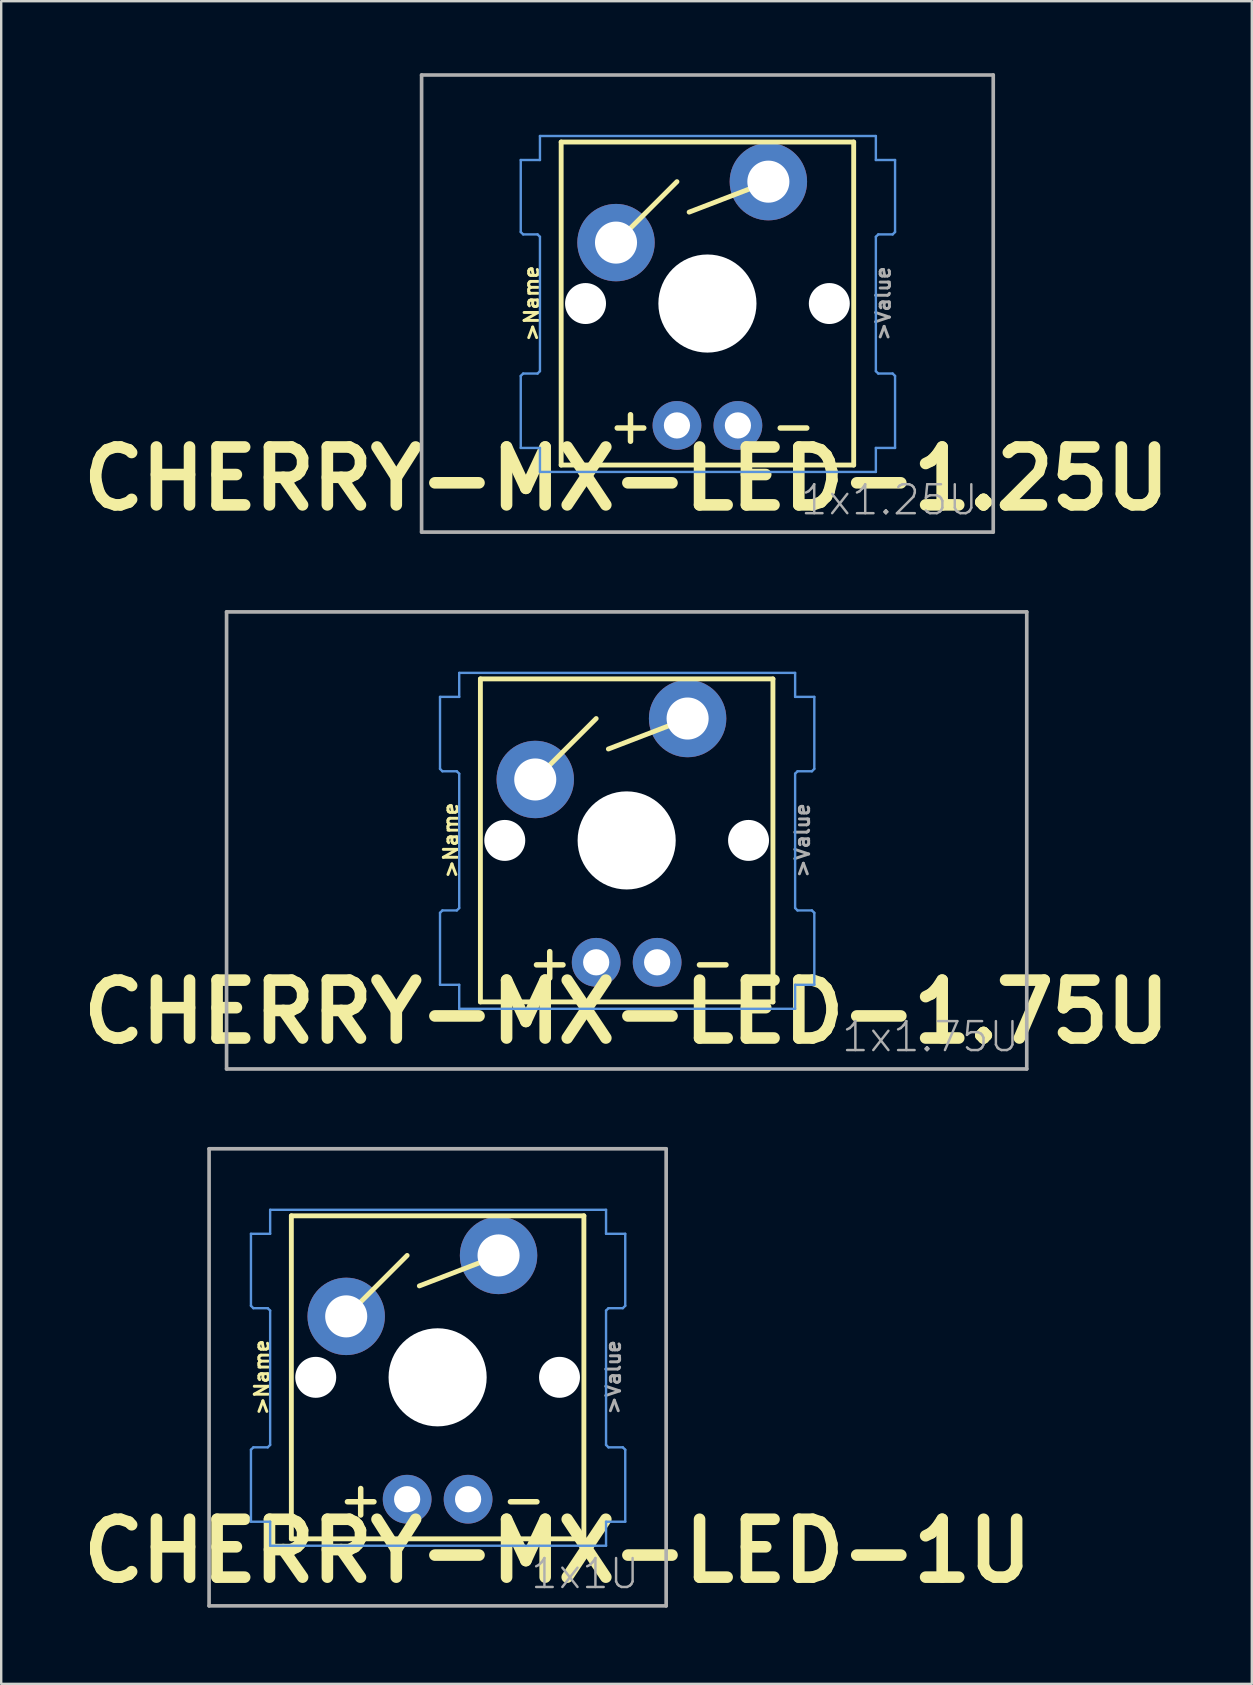
<source format=kicad_pcb>
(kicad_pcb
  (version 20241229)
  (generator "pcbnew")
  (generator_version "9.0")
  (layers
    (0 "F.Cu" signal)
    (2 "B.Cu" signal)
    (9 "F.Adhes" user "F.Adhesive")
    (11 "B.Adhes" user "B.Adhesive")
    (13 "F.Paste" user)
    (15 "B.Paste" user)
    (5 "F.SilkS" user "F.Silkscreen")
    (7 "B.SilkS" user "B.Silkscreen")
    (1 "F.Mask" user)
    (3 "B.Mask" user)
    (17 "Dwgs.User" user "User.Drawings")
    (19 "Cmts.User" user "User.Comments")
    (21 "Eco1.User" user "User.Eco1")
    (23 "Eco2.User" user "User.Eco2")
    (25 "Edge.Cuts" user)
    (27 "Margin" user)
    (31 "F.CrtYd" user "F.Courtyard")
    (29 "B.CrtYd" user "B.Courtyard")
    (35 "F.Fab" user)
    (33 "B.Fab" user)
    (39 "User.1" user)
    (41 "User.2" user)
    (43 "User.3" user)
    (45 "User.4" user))
  (footprint "CHERRY-MX-LED-1U"
    (layer "F.Cu")
    (at 5.664 63.879)
    (property "Reference" "CHERRY-MX-LED-1U" (at 14.525 -2.288 0) (layer "F.SilkS") (effects (font (size 2.413 2.413) (thickness 0.483))))
    (attr through_hole)
    (fp_line (start 3.429 -16.256) (end 15.621 -16.256) (stroke (width 0.203) (type solid)) (layer "F.SilkS"))
    (fp_line (start 3.429 -2.794) (end 3.429 -16.256) (stroke (width 0.203) (type solid)) (layer "F.SilkS"))
    (fp_line (start 5.715 -12.065) (end 8.255 -14.605) (stroke (width 0.203) (type solid)) (layer "F.SilkS"))
    (fp_line (start 12.065 -14.605) (end 8.763 -13.335) (stroke (width 0.203) (type solid)) (layer "F.SilkS"))
    (fp_line (start 15.621 -16.256) (end 15.621 -2.794) (stroke (width 0.203) (type solid)) (layer "F.SilkS"))
    (fp_line (start 15.621 -2.794) (end 3.429 -2.794) (stroke (width 0.203) (type solid)) (layer "F.SilkS"))
    (fp_line (start 1.745 -15.507) (end 1.745 -12.507) (stroke (width 0.1) (type solid)) (layer "Cmts.User"))
    (fp_line (start 1.745 -12.507) (end 1.845 -12.407) (stroke (width 0.1) (type solid)) (layer "Cmts.User"))
    (fp_line (start 1.745 -6.507) (end 1.745 -3.507) (stroke (width 0.1) (type solid)) (layer "Cmts.User"))
    (fp_line (start 1.745 -3.507) (end 2.545 -3.507) (stroke (width 0.1) (type solid)) (layer "Cmts.User"))
    (fp_line (start 1.845 -12.407) (end 2.445 -12.407) (stroke (width 0.1) (type solid)) (layer "Cmts.User"))
    (fp_line (start 1.845 -6.607) (end 1.745 -6.507) (stroke (width 0.1) (type solid)) (layer "Cmts.User"))
    (fp_line (start 2.445 -12.407) (end 2.545 -12.307) (stroke (width 0.1) (type solid)) (layer "Cmts.User"))
    (fp_line (start 2.445 -6.607) (end 1.845 -6.607) (stroke (width 0.1) (type solid)) (layer "Cmts.User"))
    (fp_line (start 2.545 -16.507) (end 2.545 -15.507) (stroke (width 0.1) (type solid)) (layer "Cmts.User"))
    (fp_line (start 2.545 -15.507) (end 1.745 -15.507) (stroke (width 0.1) (type solid)) (layer "Cmts.User"))
    (fp_line (start 2.545 -12.307) (end 2.545 -6.707) (stroke (width 0.1) (type solid)) (layer "Cmts.User"))
    (fp_line (start 2.545 -6.707) (end 2.445 -6.607) (stroke (width 0.1) (type solid)) (layer "Cmts.User"))
    (fp_line (start 2.545 -3.507) (end 2.545 -2.507) (stroke (width 0.1) (type solid)) (layer "Cmts.User"))
    (fp_line (start 2.545 -2.507) (end 16.545 -2.507) (stroke (width 0.1) (type solid)) (layer "Cmts.User"))
    (fp_line (start 16.545 -16.507) (end 2.545 -16.507) (stroke (width 0.1) (type solid)) (layer "Cmts.User"))
    (fp_line (start 16.545 -15.507) (end 16.545 -16.507) (stroke (width 0.1) (type solid)) (layer "Cmts.User"))
    (fp_line (start 16.545 -12.307) (end 16.645 -12.407) (stroke (width 0.1) (type solid)) (layer "Cmts.User"))
    (fp_line (start 16.545 -6.707) (end 16.545 -12.307) (stroke (width 0.1) (type solid)) (layer "Cmts.User"))
    (fp_line (start 16.545 -3.507) (end 17.345 -3.507) (stroke (width 0.1) (type solid)) (layer "Cmts.User"))
    (fp_line (start 16.545 -2.507) (end 16.545 -3.507) (stroke (width 0.1) (type solid)) (layer "Cmts.User"))
    (fp_line (start 16.645 -12.407) (end 17.245 -12.407) (stroke (width 0.1) (type solid)) (layer "Cmts.User"))
    (fp_line (start 16.645 -6.607) (end 16.545 -6.707) (stroke (width 0.1) (type solid)) (layer "Cmts.User"))
    (fp_line (start 17.245 -12.407) (end 17.345 -12.507) (stroke (width 0.1) (type solid)) (layer "Cmts.User"))
    (fp_line (start 17.245 -6.607) (end 16.645 -6.607) (stroke (width 0.1) (type solid)) (layer "Cmts.User"))
    (fp_line (start 17.345 -15.507) (end 16.545 -15.507) (stroke (width 0.1) (type solid)) (layer "Cmts.User"))
    (fp_line (start 17.345 -12.507) (end 17.345 -15.507) (stroke (width 0.1) (type solid)) (layer "Cmts.User"))
    (fp_line (start 17.345 -6.507) (end 17.245 -6.607) (stroke (width 0.1) (type solid)) (layer "Cmts.User"))
    (fp_line (start 17.345 -3.507) (end 17.345 -6.507) (stroke (width 0.1) (type solid)) (layer "Cmts.User"))
    (fp_line (start 0 -19.05) (end 19.05 -19.05) (stroke (width 0.152) (type solid)) (layer "F.Fab"))
    (fp_line (start 0 0) (end 0 -19.05) (stroke (width 0.152) (type solid)) (layer "F.Fab"))
    (fp_line (start 19.05 -19.05) (end 19.05 0) (stroke (width 0.152) (type solid)) (layer "F.Fab"))
    (fp_line (start 19.05 0) (end 0 0) (stroke (width 0.152) (type solid)) (layer "F.Fab"))
    (fp_text user ">Name" (at 2.54 -9.525 90) (layer "F.SilkS") (effects (font (size 0.579 0.579) (thickness 0.122)) (justify bottom)))
    (fp_text user "-" (at 12.065 -4.445 0) (layer "F.SilkS") (effects (font (size 1.448 1.448) (thickness 0.229)) (justify left)))
    (fp_text user "+" (at 7.366 -4.445 0) (layer "F.SilkS") (effects (font (size 1.448 1.448) (thickness 0.229)) (justify right)))
    (fp_text user "1x1U" (at 13.335 -0.635 0) (layer "F.Fab") (effects (font (size 1.206 1.206) (thickness 0.102)) (justify left bottom)))
    (fp_text user ">Value" (at 16.51 -9.525 90) (layer "F.Fab") (effects (font (size 0.579 0.579) (thickness 0.122)) (justify top)))
    (pad "" np_thru_hole circle (at 4.445 -9.525) (size 1.707 1.707) (drill 1.707) (layers "*.Cu" "*.Mask"))
    (pad "" np_thru_hole circle (at 9.525 -9.525) (size 4.089 4.089) (drill 4.089) (layers "*.Cu" "*.Mask"))
    (pad "" np_thru_hole circle (at 14.605 -9.525) (size 1.707 1.707) (drill 1.707) (layers "*.Cu" "*.Mask"))
    (pad "A" thru_hole circle (at 8.255 -4.445) (size 2.032 2.032) (drill 1.092) (layers "*.Cu" "*.Mask"))
    (pad "K" thru_hole circle (at 10.795 -4.445) (size 2.032 2.032) (drill 1.092) (layers "*.Cu" "*.Mask"))
    (pad "S1" thru_hole circle (at 5.715 -12.065) (size 3.226 3.226) (drill 1.753) (layers "*.Cu" "*.Mask"))
    (pad "S2" thru_hole circle (at 12.065 -14.605) (size 3.226 3.226) (drill 1.753) (layers "*.Cu" "*.Mask")))
  (footprint "CHERRY-MX-LED-1.75U"
    (layer "F.Cu")
    (at 6.393 41.502)
    (property "Reference" "CHERRY-MX-LED-1.75U" (at 16.669 -2.381 0) (layer "F.SilkS") (effects (font (size 2.413 2.413) (thickness 0.483))))
    (attr through_hole)
    (fp_line (start 10.579 -16.256) (end 22.771 -16.256) (stroke (width 0.203) (type solid)) (layer "F.SilkS"))
    (fp_line (start 10.579 -2.794) (end 10.579 -16.256) (stroke (width 0.203) (type solid)) (layer "F.SilkS"))
    (fp_line (start 12.865 -12.065) (end 15.405 -14.605) (stroke (width 0.203) (type solid)) (layer "F.SilkS"))
    (fp_line (start 19.215 -14.605) (end 15.913 -13.335) (stroke (width 0.203) (type solid)) (layer "F.SilkS"))
    (fp_line (start 22.771 -16.256) (end 22.771 -2.794) (stroke (width 0.203) (type solid)) (layer "F.SilkS"))
    (fp_line (start 22.771 -2.794) (end 10.579 -2.794) (stroke (width 0.203) (type solid)) (layer "F.SilkS"))
    (fp_line (start 8.896 -15.507) (end 8.896 -12.507) (stroke (width 0.1) (type solid)) (layer "Cmts.User"))
    (fp_line (start 8.896 -12.507) (end 8.996 -12.407) (stroke (width 0.1) (type solid)) (layer "Cmts.User"))
    (fp_line (start 8.896 -6.507) (end 8.896 -3.507) (stroke (width 0.1) (type solid)) (layer "Cmts.User"))
    (fp_line (start 8.896 -3.507) (end 9.696 -3.507) (stroke (width 0.1) (type solid)) (layer "Cmts.User"))
    (fp_line (start 8.996 -12.407) (end 9.596 -12.407) (stroke (width 0.1) (type solid)) (layer "Cmts.User"))
    (fp_line (start 8.996 -6.607) (end 8.896 -6.507) (stroke (width 0.1) (type solid)) (layer "Cmts.User"))
    (fp_line (start 9.596 -12.407) (end 9.696 -12.307) (stroke (width 0.1) (type solid)) (layer "Cmts.User"))
    (fp_line (start 9.596 -6.607) (end 8.996 -6.607) (stroke (width 0.1) (type solid)) (layer "Cmts.User"))
    (fp_line (start 9.696 -16.507) (end 9.696 -15.507) (stroke (width 0.1) (type solid)) (layer "Cmts.User"))
    (fp_line (start 9.696 -15.507) (end 8.896 -15.507) (stroke (width 0.1) (type solid)) (layer "Cmts.User"))
    (fp_line (start 9.696 -12.307) (end 9.696 -6.707) (stroke (width 0.1) (type solid)) (layer "Cmts.User"))
    (fp_line (start 9.696 -6.707) (end 9.596 -6.607) (stroke (width 0.1) (type solid)) (layer "Cmts.User"))
    (fp_line (start 9.696 -3.507) (end 9.696 -2.507) (stroke (width 0.1) (type solid)) (layer "Cmts.User"))
    (fp_line (start 9.696 -2.507) (end 23.696 -2.507) (stroke (width 0.1) (type solid)) (layer "Cmts.User"))
    (fp_line (start 23.696 -16.507) (end 9.696 -16.507) (stroke (width 0.1) (type solid)) (layer "Cmts.User"))
    (fp_line (start 23.696 -15.507) (end 23.696 -16.507) (stroke (width 0.1) (type solid)) (layer "Cmts.User"))
    (fp_line (start 23.696 -12.307) (end 23.796 -12.407) (stroke (width 0.1) (type solid)) (layer "Cmts.User"))
    (fp_line (start 23.696 -6.707) (end 23.696 -12.307) (stroke (width 0.1) (type solid)) (layer "Cmts.User"))
    (fp_line (start 23.696 -3.507) (end 24.496 -3.507) (stroke (width 0.1) (type solid)) (layer "Cmts.User"))
    (fp_line (start 23.696 -2.507) (end 23.696 -3.507) (stroke (width 0.1) (type solid)) (layer "Cmts.User"))
    (fp_line (start 23.796 -12.407) (end 24.396 -12.407) (stroke (width 0.1) (type solid)) (layer "Cmts.User"))
    (fp_line (start 23.796 -6.607) (end 23.696 -6.707) (stroke (width 0.1) (type solid)) (layer "Cmts.User"))
    (fp_line (start 24.396 -12.407) (end 24.496 -12.507) (stroke (width 0.1) (type solid)) (layer "Cmts.User"))
    (fp_line (start 24.396 -6.607) (end 23.796 -6.607) (stroke (width 0.1) (type solid)) (layer "Cmts.User"))
    (fp_line (start 24.496 -15.507) (end 23.696 -15.507) (stroke (width 0.1) (type solid)) (layer "Cmts.User"))
    (fp_line (start 24.496 -12.507) (end 24.496 -15.507) (stroke (width 0.1) (type solid)) (layer "Cmts.User"))
    (fp_line (start 24.496 -6.507) (end 24.396 -6.607) (stroke (width 0.1) (type solid)) (layer "Cmts.User"))
    (fp_line (start 24.496 -3.507) (end 24.496 -6.507) (stroke (width 0.1) (type solid)) (layer "Cmts.User"))
    (fp_line (start 0 -19.05) (end 33.35 -19.05) (stroke (width 0.152) (type solid)) (layer "F.Fab"))
    (fp_line (start 0 0) (end 0 -19.05) (stroke (width 0.152) (type solid)) (layer "F.Fab"))
    (fp_line (start 33.35 -19.05) (end 33.35 0) (stroke (width 0.152) (type solid)) (layer "F.Fab"))
    (fp_line (start 33.35 0) (end 0 0) (stroke (width 0.152) (type solid)) (layer "F.Fab"))
    (fp_text user "-" (at 19.215 -4.445 0) (layer "F.SilkS") (effects (font (size 1.448 1.448) (thickness 0.229)) (justify left)))
    (fp_text user "+" (at 14.516 -4.445 0) (layer "F.SilkS") (effects (font (size 1.448 1.448) (thickness 0.229)) (justify right)))
    (fp_text user ">Name" (at 9.69 -9.525 90) (layer "F.SilkS") (effects (font (size 0.579 0.579) (thickness 0.122)) (justify bottom)))
    (fp_text user ">Value" (at 23.66 -9.525 90) (layer "F.Fab") (effects (font (size 0.579 0.579) (thickness 0.122)) (justify top)))
    (fp_text user "1x1.75U" (at 25.565 -0.635 0) (layer "F.Fab") (effects (font (size 1.206 1.206) (thickness 0.102)) (justify left bottom)))
    (pad "" np_thru_hole circle (at 11.595 -9.525) (size 1.707 1.707) (drill 1.707) (layers "*.Cu" "*.Mask"))
    (pad "" np_thru_hole circle (at 16.675 -9.525) (size 4.089 4.089) (drill 4.089) (layers "*.Cu" "*.Mask"))
    (pad "" np_thru_hole circle (at 21.755 -9.525) (size 1.707 1.707) (drill 1.707) (layers "*.Cu" "*.Mask"))
    (pad "A" thru_hole circle (at 15.405 -4.445) (size 2.032 2.032) (drill 1.092) (layers "*.Cu" "*.Mask"))
    (pad "K" thru_hole circle (at 17.945 -4.445) (size 2.032 2.032) (drill 1.092) (layers "*.Cu" "*.Mask"))
    (pad "S1" thru_hole circle (at 12.865 -12.065) (size 3.226 3.226) (drill 1.753) (layers "*.Cu" "*.Mask"))
    (pad "S2" thru_hole circle (at 19.215 -14.605) (size 3.226 3.226) (drill 1.753) (layers "*.Cu" "*.Mask")))
  (footprint "CHERRY-MX-LED-1.25U"
    (layer "F.Cu")
    (at 14.521 19.126)
    (property "Reference" "CHERRY-MX-LED-1.25U" (at 8.54 -2.225 0) (layer "F.SilkS") (effects (font (size 2.413 2.413) (thickness 0.483))))
    (attr through_hole)
    (fp_line (start 5.817 -16.256) (end 18.009 -16.256) (stroke (width 0.203) (type solid)) (layer "F.SilkS"))
    (fp_line (start 5.817 -2.794) (end 5.817 -16.256) (stroke (width 0.203) (type solid)) (layer "F.SilkS"))
    (fp_line (start 8.103 -12.065) (end 10.643 -14.605) (stroke (width 0.203) (type solid)) (layer "F.SilkS"))
    (fp_line (start 14.453 -14.605) (end 11.151 -13.335) (stroke (width 0.203) (type solid)) (layer "F.SilkS"))
    (fp_line (start 18.009 -16.256) (end 18.009 -2.794) (stroke (width 0.203) (type solid)) (layer "F.SilkS"))
    (fp_line (start 18.009 -2.794) (end 5.817 -2.794) (stroke (width 0.203) (type solid)) (layer "F.SilkS"))
    (fp_line (start 4.133 -15.507) (end 4.133 -12.507) (stroke (width 0.1) (type solid)) (layer "Cmts.User"))
    (fp_line (start 4.133 -12.507) (end 4.233 -12.407) (stroke (width 0.1) (type solid)) (layer "Cmts.User"))
    (fp_line (start 4.133 -6.507) (end 4.133 -3.507) (stroke (width 0.1) (type solid)) (layer "Cmts.User"))
    (fp_line (start 4.133 -3.507) (end 4.933 -3.507) (stroke (width 0.1) (type solid)) (layer "Cmts.User"))
    (fp_line (start 4.233 -12.407) (end 4.833 -12.407) (stroke (width 0.1) (type solid)) (layer "Cmts.User"))
    (fp_line (start 4.233 -6.607) (end 4.133 -6.507) (stroke (width 0.1) (type solid)) (layer "Cmts.User"))
    (fp_line (start 4.833 -12.407) (end 4.933 -12.307) (stroke (width 0.1) (type solid)) (layer "Cmts.User"))
    (fp_line (start 4.833 -6.607) (end 4.233 -6.607) (stroke (width 0.1) (type solid)) (layer "Cmts.User"))
    (fp_line (start 4.933 -16.507) (end 4.933 -15.507) (stroke (width 0.1) (type solid)) (layer "Cmts.User"))
    (fp_line (start 4.933 -15.507) (end 4.133 -15.507) (stroke (width 0.1) (type solid)) (layer "Cmts.User"))
    (fp_line (start 4.933 -12.307) (end 4.933 -6.707) (stroke (width 0.1) (type solid)) (layer "Cmts.User"))
    (fp_line (start 4.933 -6.707) (end 4.833 -6.607) (stroke (width 0.1) (type solid)) (layer "Cmts.User"))
    (fp_line (start 4.933 -3.507) (end 4.933 -2.507) (stroke (width 0.1) (type solid)) (layer "Cmts.User"))
    (fp_line (start 4.933 -2.507) (end 18.933 -2.507) (stroke (width 0.1) (type solid)) (layer "Cmts.User"))
    (fp_line (start 18.933 -16.507) (end 4.933 -16.507) (stroke (width 0.1) (type solid)) (layer "Cmts.User"))
    (fp_line (start 18.933 -15.507) (end 18.933 -16.507) (stroke (width 0.1) (type solid)) (layer "Cmts.User"))
    (fp_line (start 18.933 -12.307) (end 19.033 -12.407) (stroke (width 0.1) (type solid)) (layer "Cmts.User"))
    (fp_line (start 18.933 -6.707) (end 18.933 -12.307) (stroke (width 0.1) (type solid)) (layer "Cmts.User"))
    (fp_line (start 18.933 -3.507) (end 19.733 -3.507) (stroke (width 0.1) (type solid)) (layer "Cmts.User"))
    (fp_line (start 18.933 -2.507) (end 18.933 -3.507) (stroke (width 0.1) (type solid)) (layer "Cmts.User"))
    (fp_line (start 19.033 -12.407) (end 19.633 -12.407) (stroke (width 0.1) (type solid)) (layer "Cmts.User"))
    (fp_line (start 19.033 -6.607) (end 18.933 -6.707) (stroke (width 0.1) (type solid)) (layer "Cmts.User"))
    (fp_line (start 19.633 -12.407) (end 19.733 -12.507) (stroke (width 0.1) (type solid)) (layer "Cmts.User"))
    (fp_line (start 19.633 -6.607) (end 19.033 -6.607) (stroke (width 0.1) (type solid)) (layer "Cmts.User"))
    (fp_line (start 19.733 -15.507) (end 18.933 -15.507) (stroke (width 0.1) (type solid)) (layer "Cmts.User"))
    (fp_line (start 19.733 -12.507) (end 19.733 -15.507) (stroke (width 0.1) (type solid)) (layer "Cmts.User"))
    (fp_line (start 19.733 -6.507) (end 19.633 -6.607) (stroke (width 0.1) (type solid)) (layer "Cmts.User"))
    (fp_line (start 19.733 -3.507) (end 19.733 -6.507) (stroke (width 0.1) (type solid)) (layer "Cmts.User"))
    (fp_line (start 0 -19.05) (end 23.825 -19.05) (stroke (width 0.152) (type solid)) (layer "F.Fab"))
    (fp_line (start 0 0) (end 0 -19.05) (stroke (width 0.152) (type solid)) (layer "F.Fab"))
    (fp_line (start 23.825 -19.05) (end 23.825 0) (stroke (width 0.152) (type solid)) (layer "F.Fab"))
    (fp_line (start 23.825 0) (end 0 0) (stroke (width 0.152) (type solid)) (layer "F.Fab"))
    (fp_text user ">Name" (at 4.928 -9.525 90) (layer "F.SilkS") (effects (font (size 0.579 0.579) (thickness 0.122)) (justify bottom)))
    (fp_text user "-" (at 14.453 -4.445 0) (layer "F.SilkS") (effects (font (size 1.448 1.448) (thickness 0.229)) (justify left)))
    (fp_text user "+" (at 9.754 -4.445 0) (layer "F.SilkS") (effects (font (size 1.448 1.448) (thickness 0.229)) (justify right)))
    (fp_text user ">Value" (at 18.898 -9.525 90) (layer "F.Fab") (effects (font (size 0.579 0.579) (thickness 0.122)) (justify top)))
    (fp_text user "1x1.25U" (at 15.723 -0.635 0) (layer "F.Fab") (effects (font (size 1.206 1.206) (thickness 0.102)) (justify left bottom)))
    (pad "" np_thru_hole circle (at 6.833 -9.525) (size 1.707 1.707) (drill 1.707) (layers "*.Cu" "*.Mask"))
    (pad "" np_thru_hole circle (at 11.913 -9.525) (size 4.089 4.089) (drill 4.089) (layers "*.Cu" "*.Mask"))
    (pad "" np_thru_hole circle (at 16.993 -9.525) (size 1.707 1.707) (drill 1.707) (layers "*.Cu" "*.Mask"))
    (pad "A" thru_hole circle (at 10.643 -4.445) (size 2.032 2.032) (drill 1.092) (layers "*.Cu" "*.Mask"))
    (pad "K" thru_hole circle (at 13.183 -4.445) (size 2.032 2.032) (drill 1.092) (layers "*.Cu" "*.Mask"))
    (pad "S1" thru_hole circle (at 8.103 -12.065) (size 3.226 3.226) (drill 1.753) (layers "*.Cu" "*.Mask"))
    (pad "S2" thru_hole circle (at 14.453 -14.605) (size 3.226 3.226) (drill 1.753) (layers "*.Cu" "*.Mask")))
  (gr_rect
    (start -3 -3)
    (end 49.123 67.129)
    (stroke (width 0.1) (type default))
    (fill no)
    (layer "Edge.Cuts")))
</source>
